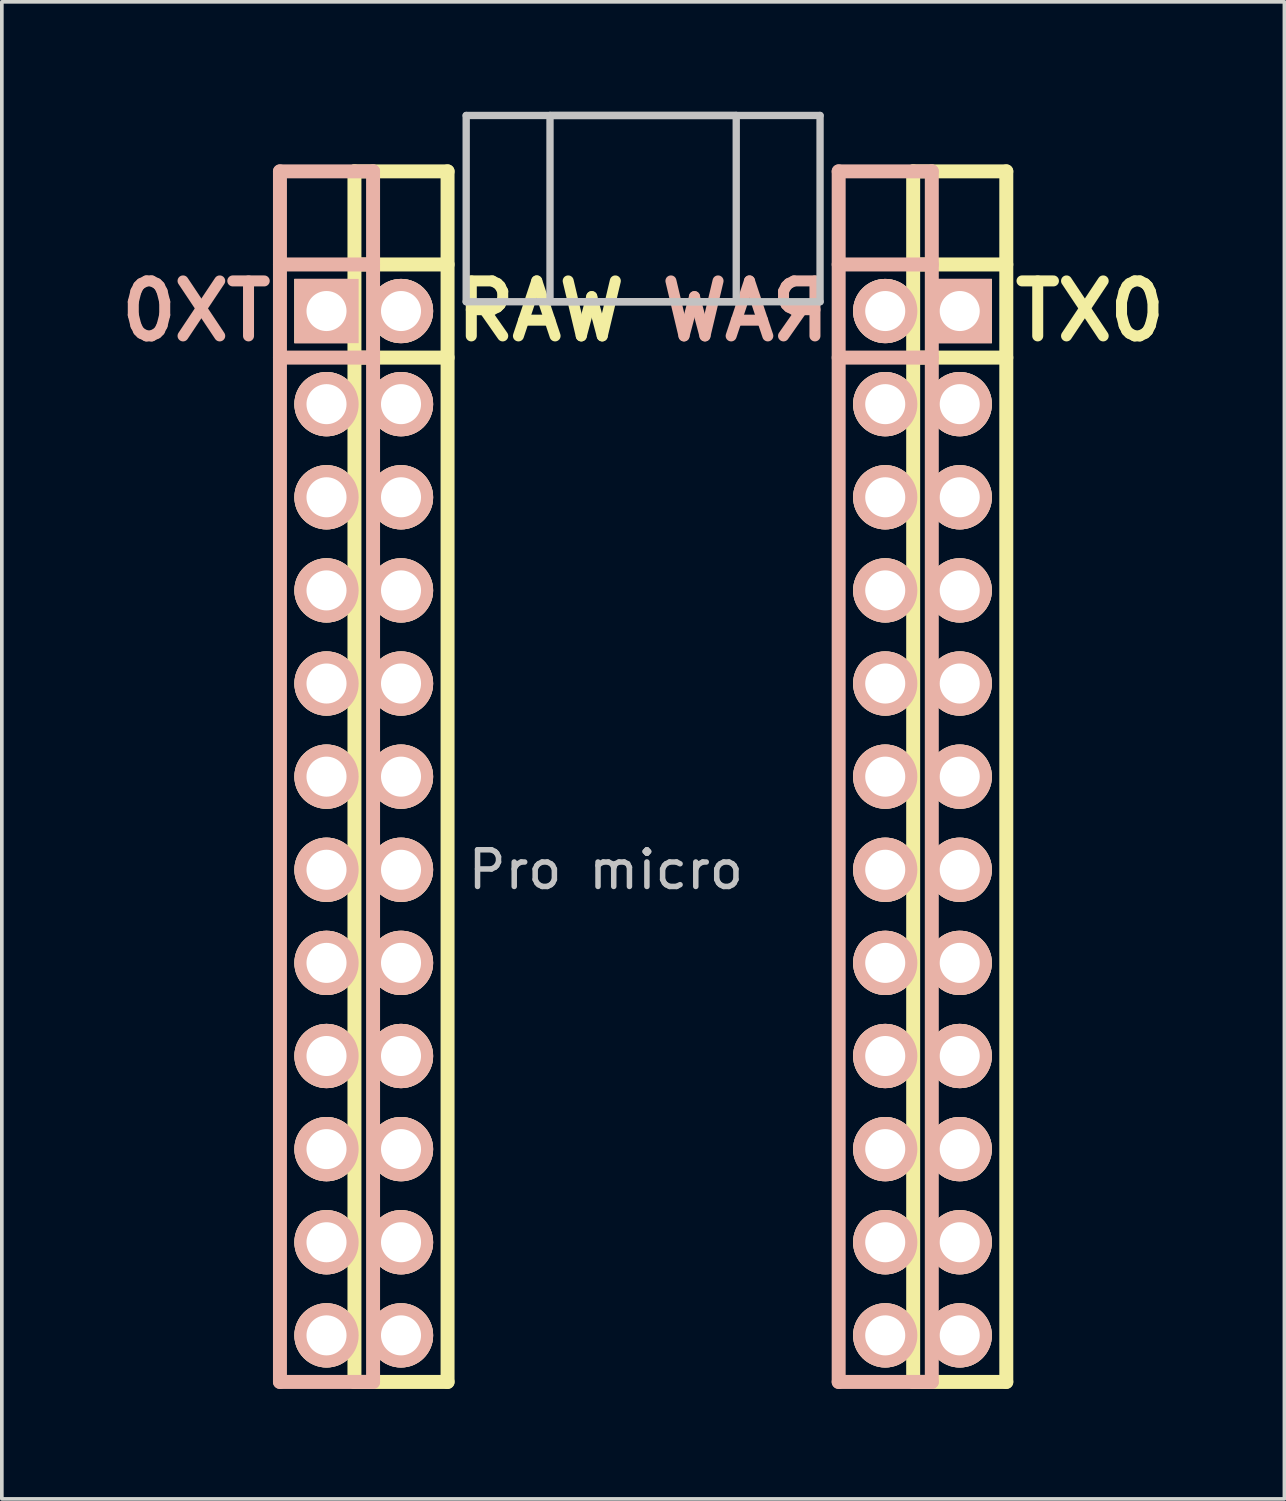
<source format=kicad_pcb>
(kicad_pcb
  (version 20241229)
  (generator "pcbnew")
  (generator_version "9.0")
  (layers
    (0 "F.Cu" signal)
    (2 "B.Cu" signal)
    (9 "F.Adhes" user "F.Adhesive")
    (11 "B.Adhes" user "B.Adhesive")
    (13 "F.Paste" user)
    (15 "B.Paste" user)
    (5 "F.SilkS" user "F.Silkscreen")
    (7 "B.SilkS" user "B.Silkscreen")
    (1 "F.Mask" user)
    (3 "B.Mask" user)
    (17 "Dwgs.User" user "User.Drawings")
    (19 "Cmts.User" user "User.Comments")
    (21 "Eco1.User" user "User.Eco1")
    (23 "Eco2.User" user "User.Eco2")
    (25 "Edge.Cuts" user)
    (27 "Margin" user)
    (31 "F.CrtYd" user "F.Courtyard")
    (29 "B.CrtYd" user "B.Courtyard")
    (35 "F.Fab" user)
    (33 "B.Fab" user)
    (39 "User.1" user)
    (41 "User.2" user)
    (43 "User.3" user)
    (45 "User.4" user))
  (footprint "Pro micro"
    (layer "F.Cu")
    (at 13.476 19.404)
    (property "Reference" "Pro micro" (at 0 1.27 0) (layer "Dwgs.User") (effects (font (size 1 1) (thickness 0.15))))
    (attr through_hole)
    (fp_line (start -6.858 -17.78) (end -4.318 -17.78) (stroke (width 0.381) (type solid)) (layer "F.SilkS"))
    (fp_line (start -6.858 -15.24) (end -4.318 -15.24) (stroke (width 0.381) (type solid)) (layer "F.SilkS"))
    (fp_line (start -6.858 -12.7) (end -4.318 -12.7) (stroke (width 0.381) (type solid)) (layer "F.SilkS"))
    (fp_line (start -6.858 15.24) (end -6.858 -17.78) (stroke (width 0.381) (type solid)) (layer "F.SilkS"))
    (fp_line (start -6.858 15.24) (end -4.318 15.24) (stroke (width 0.381) (type solid)) (layer "F.SilkS"))
    (fp_line (start -4.318 15.24) (end -4.318 -17.78) (stroke (width 0.381) (type solid)) (layer "F.SilkS"))
    (fp_line (start 8.382 -17.78) (end 8.382 15.24) (stroke (width 0.381) (type solid)) (layer "F.SilkS"))
    (fp_line (start 8.382 -17.78) (end 10.922 -17.78) (stroke (width 0.381) (type solid)) (layer "F.SilkS"))
    (fp_line (start 8.382 -15.24) (end 10.922 -15.24) (stroke (width 0.381) (type solid)) (layer "F.SilkS"))
    (fp_line (start 8.382 -12.7) (end 10.922 -12.7) (stroke (width 0.381) (type solid)) (layer "F.SilkS"))
    (fp_line (start 8.382 15.24) (end 10.922 15.24) (stroke (width 0.381) (type solid)) (layer "F.SilkS"))
    (fp_line (start 10.922 -17.78) (end 10.922 15.24) (stroke (width 0.381) (type solid)) (layer "F.SilkS"))
    (fp_line (start -8.89 -17.78) (end -8.89 15.24) (stroke (width 0.381) (type solid)) (layer "B.SilkS"))
    (fp_line (start -6.35 -17.78) (end -8.89 -17.78) (stroke (width 0.381) (type solid)) (layer "B.SilkS"))
    (fp_line (start -6.35 -17.78) (end -6.35 15.24) (stroke (width 0.381) (type solid)) (layer "B.SilkS"))
    (fp_line (start -6.35 -15.24) (end -8.89 -15.24) (stroke (width 0.381) (type solid)) (layer "B.SilkS"))
    (fp_line (start -6.35 -12.7) (end -8.89 -12.7) (stroke (width 0.381) (type solid)) (layer "B.SilkS"))
    (fp_line (start -6.35 15.24) (end -8.89 15.24) (stroke (width 0.381) (type solid)) (layer "B.SilkS"))
    (fp_line (start 6.35 15.24) (end 6.35 -17.78) (stroke (width 0.381) (type solid)) (layer "B.SilkS"))
    (fp_line (start 8.89 -17.78) (end 6.35 -17.78) (stroke (width 0.381) (type solid)) (layer "B.SilkS"))
    (fp_line (start 8.89 -15.24) (end 6.35 -15.24) (stroke (width 0.381) (type solid)) (layer "B.SilkS"))
    (fp_line (start 8.89 -12.7) (end 6.35 -12.7) (stroke (width 0.381) (type solid)) (layer "B.SilkS"))
    (fp_line (start 8.89 15.24) (end 6.35 15.24) (stroke (width 0.381) (type solid)) (layer "B.SilkS"))
    (fp_line (start 8.89 15.24) (end 8.89 -17.78) (stroke (width 0.381) (type solid)) (layer "B.SilkS"))
    (fp_line (start -3.81 -19.304) (end 3.556 -19.304) (stroke (width 0.2) (type solid)) (layer "Dwgs.User"))
    (fp_line (start -3.81 -14.224) (end -3.81 -19.304) (stroke (width 0.2) (type solid)) (layer "Dwgs.User"))
    (fp_line (start -1.524 -19.304) (end -1.524 -14.224) (stroke (width 0.2) (type solid)) (layer "Dwgs.User"))
    (fp_line (start -1.524 -14.224) (end 5.842 -14.224) (stroke (width 0.2) (type solid)) (layer "Dwgs.User"))
    (fp_line (start 3.556 -19.304) (end 3.556 -14.224) (stroke (width 0.2) (type solid)) (layer "Dwgs.User"))
    (fp_line (start 3.556 -14.224) (end -3.81 -14.224) (stroke (width 0.2) (type solid)) (layer "Dwgs.User"))
    (fp_line (start 5.842 -19.304) (end -1.524 -19.304) (stroke (width 0.2) (type solid)) (layer "Dwgs.User"))
    (fp_line (start 5.842 -14.224) (end 5.842 -19.304) (stroke (width 0.2) (type solid)) (layer "Dwgs.User"))
    (fp_text user "TX0" (at 13.208 -13.97 0) (layer "F.SilkS") (effects (font (size 1.5 1.5) (thickness 0.3))))
    (fp_text user "RAW" (at -1.778 -13.97 0) (layer "F.SilkS") (effects (font (size 1.5 1.5) (thickness 0.3))))
    (fp_text user "TX0" (at -11.176 -13.97 0) (layer "B.SilkS") (effects (font (size 1.5 1.5) (thickness 0.3)) (justify mirror)))
    (fp_text user "RAW" (at 3.81 -13.97 0) (layer "B.SilkS") (effects (font (size 1.5 1.5) (thickness 0.3)) (justify mirror)))
    (pad "1" thru_hole rect (at -7.62 -13.97 270) (size 1.753 1.753) (drill 1.092) (layers "*.Cu" "*.SilkS" "*.Mask"))
    (pad "1" thru_hole rect (at 9.652 -13.97 270) (size 1.753 1.753) (drill 1.092) (layers "*.Cu" "*.SilkS" "*.Mask"))
    (pad "2" thru_hole circle (at -7.62 -11.43 270) (size 1.753 1.753) (drill 1.092) (layers "*.Cu" "*.SilkS" "*.Mask"))
    (pad "2" thru_hole circle (at 9.652 -11.43 270) (size 1.753 1.753) (drill 1.092) (layers "*.Cu" "*.SilkS" "*.Mask"))
    (pad "3" thru_hole circle (at -7.62 -8.89 270) (size 1.753 1.753) (drill 1.092) (layers "*.Cu" "*.SilkS" "*.Mask"))
    (pad "3" thru_hole circle (at 9.652 -8.89 270) (size 1.753 1.753) (drill 1.092) (layers "*.Cu" "*.SilkS" "*.Mask"))
    (pad "4" thru_hole circle (at -7.62 -6.35 270) (size 1.753 1.753) (drill 1.092) (layers "*.Cu" "*.SilkS" "*.Mask"))
    (pad "4" thru_hole circle (at 9.652 -6.35 270) (size 1.753 1.753) (drill 1.092) (layers "*.Cu" "*.SilkS" "*.Mask"))
    (pad "5" thru_hole circle (at -7.62 -3.81 270) (size 1.753 1.753) (drill 1.092) (layers "*.Cu" "*.SilkS" "*.Mask"))
    (pad "5" thru_hole circle (at 9.652 -3.81 270) (size 1.753 1.753) (drill 1.092) (layers "*.Cu" "*.SilkS" "*.Mask"))
    (pad "6" thru_hole circle (at -7.62 -1.27 270) (size 1.753 1.753) (drill 1.092) (layers "*.Cu" "*.SilkS" "*.Mask"))
    (pad "6" thru_hole circle (at 9.652 -1.27 270) (size 1.753 1.753) (drill 1.092) (layers "*.Cu" "*.SilkS" "*.Mask"))
    (pad "7" thru_hole circle (at -7.62 1.27 270) (size 1.753 1.753) (drill 1.092) (layers "*.Cu" "*.SilkS" "*.Mask"))
    (pad "7" thru_hole circle (at 9.652 1.27 270) (size 1.753 1.753) (drill 1.092) (layers "*.Cu" "*.SilkS" "*.Mask"))
    (pad "8" thru_hole circle (at -7.62 3.81 270) (size 1.753 1.753) (drill 1.092) (layers "*.Cu" "*.SilkS" "*.Mask"))
    (pad "8" thru_hole circle (at 9.652 3.81 270) (size 1.753 1.753) (drill 1.092) (layers "*.Cu" "*.SilkS" "*.Mask"))
    (pad "9" thru_hole circle (at -7.62 6.35 270) (size 1.753 1.753) (drill 1.092) (layers "*.Cu" "*.SilkS" "*.Mask"))
    (pad "9" thru_hole circle (at 9.652 6.35 270) (size 1.753 1.753) (drill 1.092) (layers "*.Cu" "*.SilkS" "*.Mask"))
    (pad "10" thru_hole circle (at -7.62 8.89 270) (size 1.753 1.753) (drill 1.092) (layers "*.Cu" "*.SilkS" "*.Mask"))
    (pad "10" thru_hole circle (at 9.652 8.89 270) (size 1.753 1.753) (drill 1.092) (layers "*.Cu" "*.SilkS" "*.Mask"))
    (pad "11" thru_hole circle (at -7.62 11.43 270) (size 1.753 1.753) (drill 1.092) (layers "*.Cu" "*.SilkS" "*.Mask"))
    (pad "11" thru_hole circle (at 9.652 11.43 270) (size 1.753 1.753) (drill 1.092) (layers "*.Cu" "*.SilkS" "*.Mask"))
    (pad "12" thru_hole circle (at -7.62 13.97 270) (size 1.753 1.753) (drill 1.092) (layers "*.Cu" "*.SilkS" "*.Mask"))
    (pad "12" thru_hole circle (at 9.652 13.97 270) (size 1.753 1.753) (drill 1.092) (layers "*.Cu" "*.SilkS" "*.Mask"))
    (pad "13" thru_hole circle (at -5.588 13.97 270) (size 1.753 1.753) (drill 1.092) (layers "*.Cu" "*.SilkS" "*.Mask"))
    (pad "13" thru_hole circle (at 7.62 13.97 270) (size 1.753 1.753) (drill 1.092) (layers "*.Cu" "*.SilkS" "*.Mask"))
    (pad "14" thru_hole circle (at -5.588 11.43 270) (size 1.753 1.753) (drill 1.092) (layers "*.Cu" "*.SilkS" "*.Mask"))
    (pad "14" thru_hole circle (at 7.62 11.43 270) (size 1.753 1.753) (drill 1.092) (layers "*.Cu" "*.SilkS" "*.Mask"))
    (pad "15" thru_hole circle (at -5.588 8.89 270) (size 1.753 1.753) (drill 1.092) (layers "*.Cu" "*.SilkS" "*.Mask"))
    (pad "15" thru_hole circle (at 7.62 8.89 270) (size 1.753 1.753) (drill 1.092) (layers "*.Cu" "*.SilkS" "*.Mask"))
    (pad "16" thru_hole circle (at -5.588 6.35 270) (size 1.753 1.753) (drill 1.092) (layers "*.Cu" "*.SilkS" "*.Mask"))
    (pad "16" thru_hole circle (at 7.62 6.35 270) (size 1.753 1.753) (drill 1.092) (layers "*.Cu" "*.SilkS" "*.Mask"))
    (pad "17" thru_hole circle (at -5.588 3.81 270) (size 1.753 1.753) (drill 1.092) (layers "*.Cu" "*.SilkS" "*.Mask"))
    (pad "17" thru_hole circle (at 7.62 3.81 270) (size 1.753 1.753) (drill 1.092) (layers "*.Cu" "*.SilkS" "*.Mask"))
    (pad "18" thru_hole circle (at -5.588 1.27 270) (size 1.753 1.753) (drill 1.092) (layers "*.Cu" "*.SilkS" "*.Mask"))
    (pad "18" thru_hole circle (at 7.62 1.27 270) (size 1.753 1.753) (drill 1.092) (layers "*.Cu" "*.SilkS" "*.Mask"))
    (pad "19" thru_hole circle (at -5.588 -1.27 270) (size 1.753 1.753) (drill 1.092) (layers "*.Cu" "*.SilkS" "*.Mask"))
    (pad "19" thru_hole circle (at 7.62 -1.27 270) (size 1.753 1.753) (drill 1.092) (layers "*.Cu" "*.SilkS" "*.Mask"))
    (pad "20" thru_hole circle (at -5.588 -3.81 270) (size 1.753 1.753) (drill 1.092) (layers "*.Cu" "*.SilkS" "*.Mask"))
    (pad "20" thru_hole circle (at 7.62 -3.81 270) (size 1.753 1.753) (drill 1.092) (layers "*.Cu" "*.SilkS" "*.Mask"))
    (pad "21" thru_hole circle (at -5.588 -6.35 270) (size 1.753 1.753) (drill 1.092) (layers "*.Cu" "*.SilkS" "*.Mask"))
    (pad "21" thru_hole circle (at 7.62 -6.35 270) (size 1.753 1.753) (drill 1.092) (layers "*.Cu" "*.SilkS" "*.Mask"))
    (pad "22" thru_hole circle (at -5.588 -8.89 270) (size 1.753 1.753) (drill 1.092) (layers "*.Cu" "*.SilkS" "*.Mask"))
    (pad "22" thru_hole circle (at 7.62 -8.89 270) (size 1.753 1.753) (drill 1.092) (layers "*.Cu" "*.SilkS" "*.Mask"))
    (pad "23" thru_hole circle (at -5.588 -11.43 270) (size 1.753 1.753) (drill 1.092) (layers "*.Cu" "*.SilkS" "*.Mask"))
    (pad "23" thru_hole circle (at 7.62 -11.43 270) (size 1.753 1.753) (drill 1.092) (layers "*.Cu" "*.SilkS" "*.Mask"))
    (pad "24" thru_hole circle (at -5.588 -13.97 270) (size 1.753 1.753) (drill 1.092) (layers "*.Cu" "*.SilkS" "*.Mask"))
    (pad "24" thru_hole circle (at 7.62 -13.97 270) (size 1.753 1.753) (drill 1.092) (layers "*.Cu" "*.SilkS" "*.Mask")))
  (gr_rect
    (start -3 -3)
    (end 31.984 37.834)
    (stroke (width 0.1) (type default))
    (fill no)
    (layer "Edge.Cuts")))
</source>
